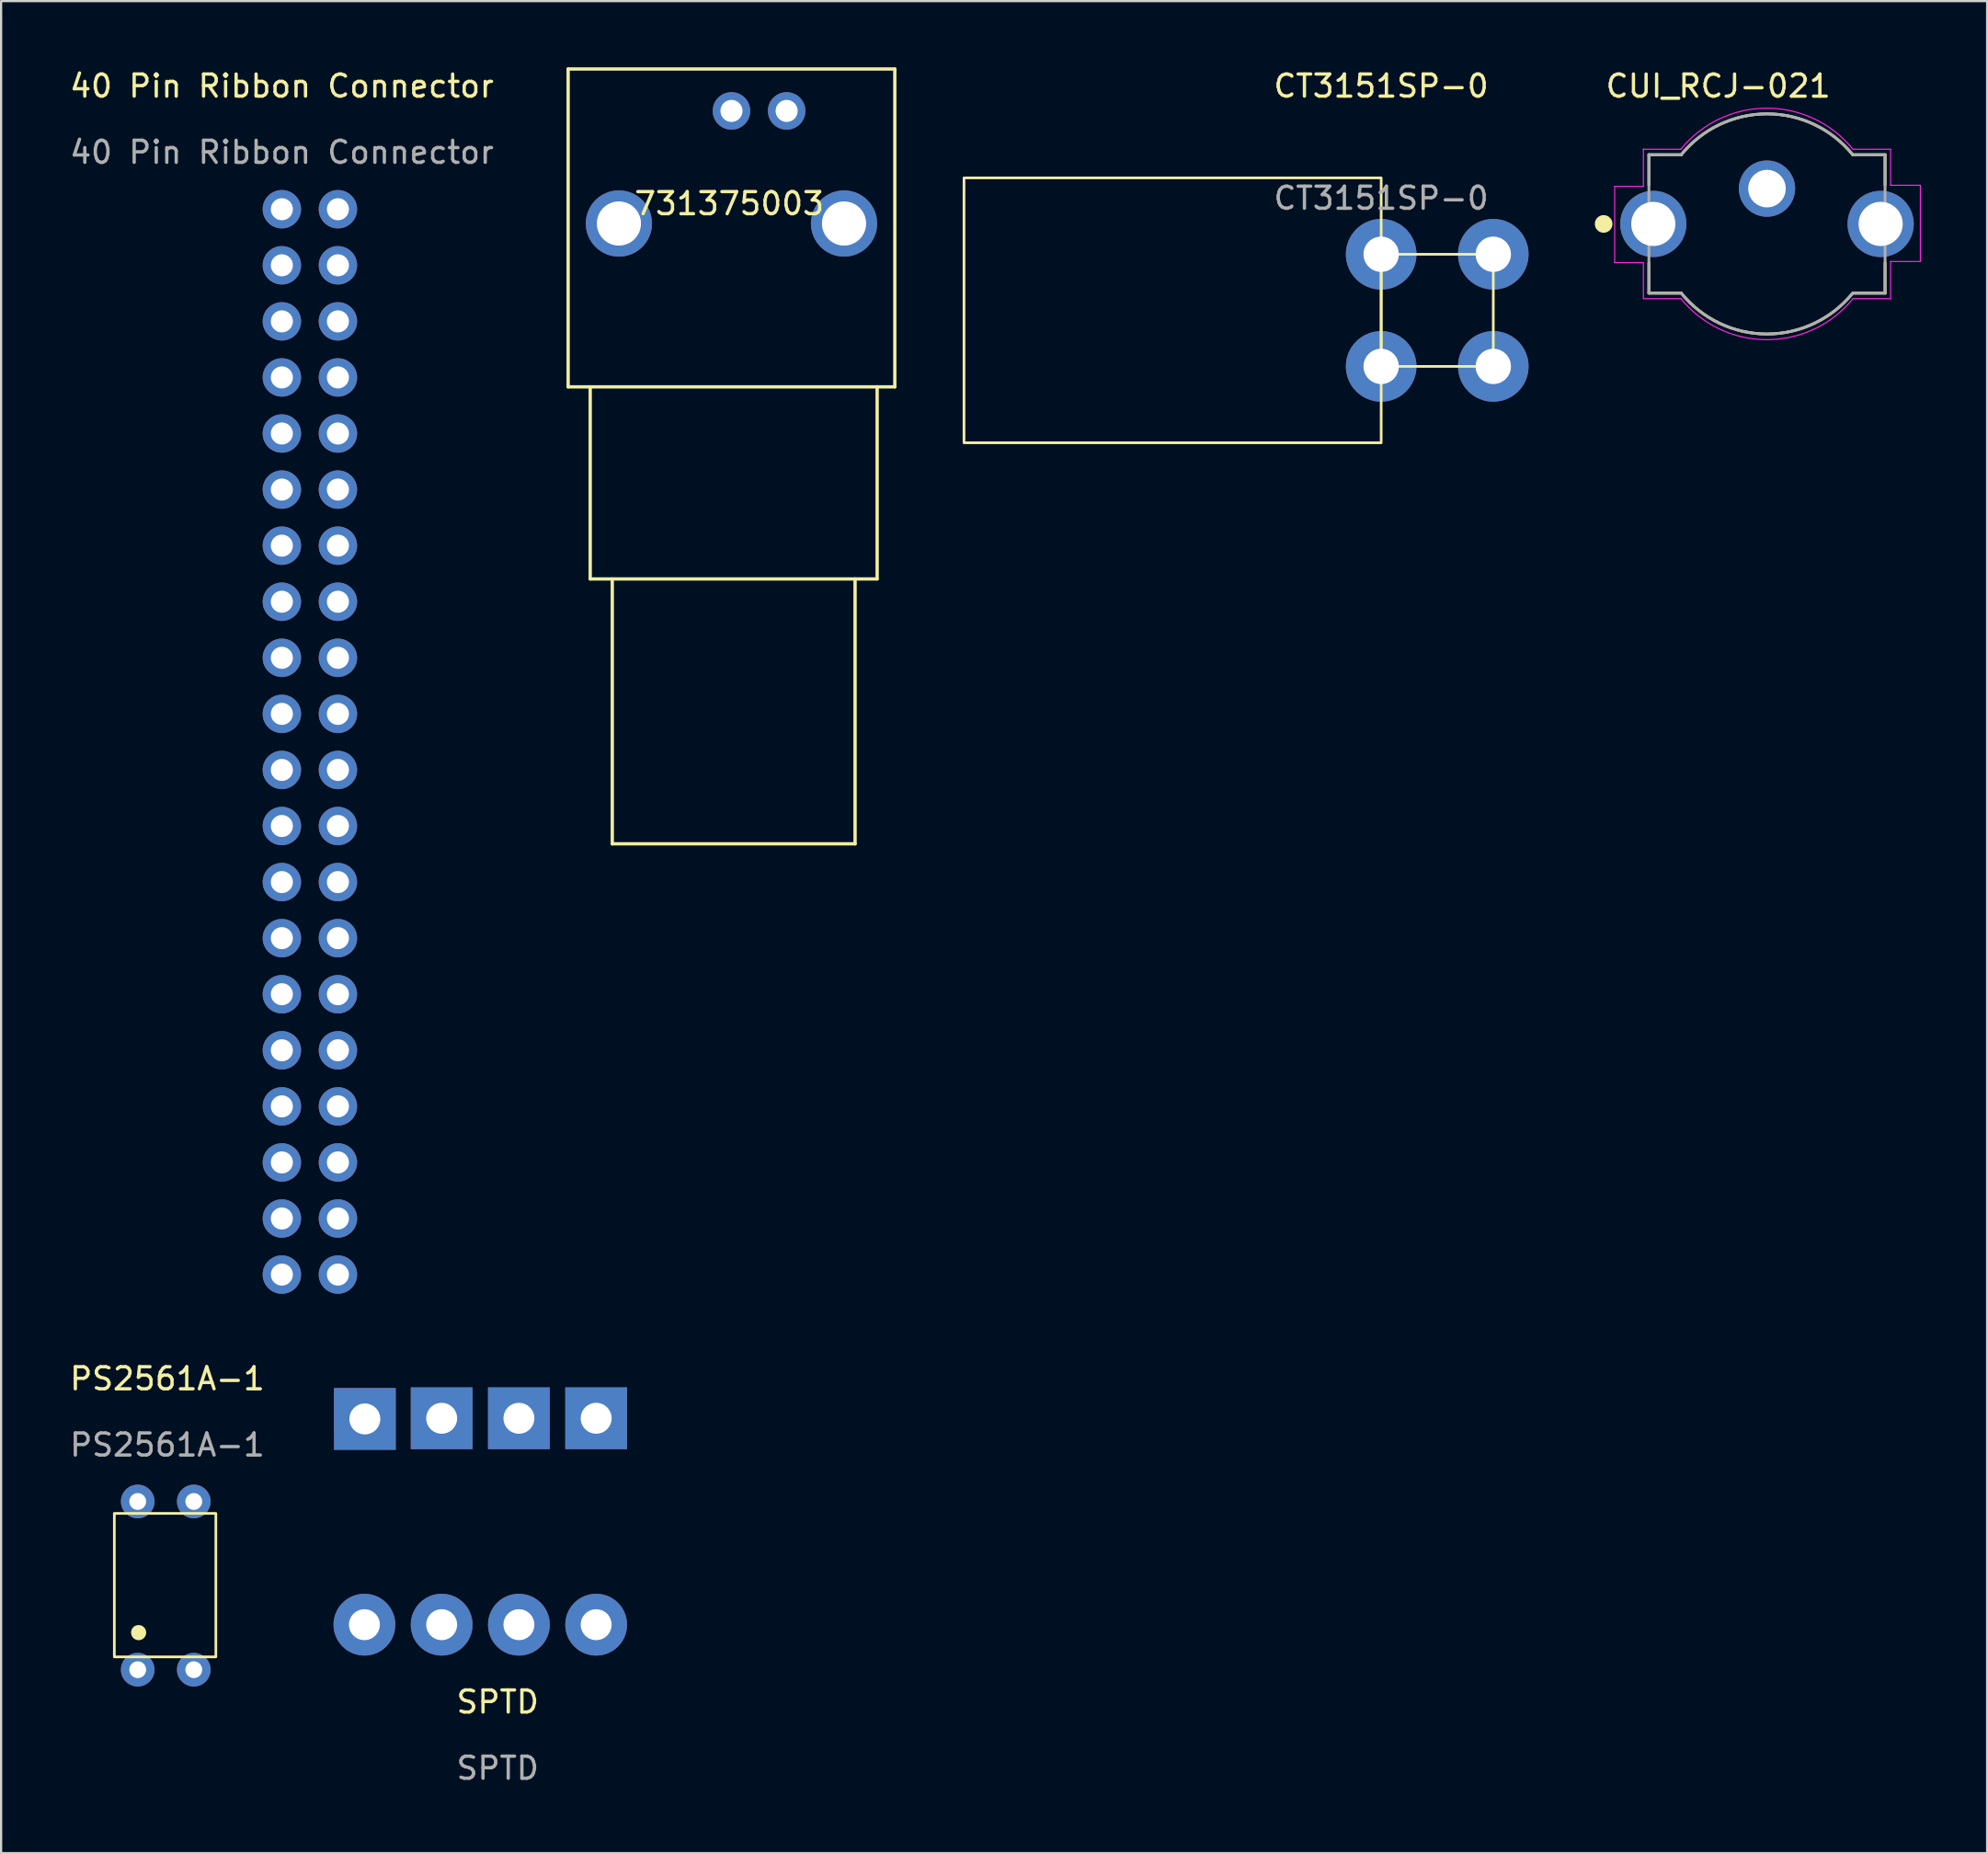
<source format=kicad_pcb>
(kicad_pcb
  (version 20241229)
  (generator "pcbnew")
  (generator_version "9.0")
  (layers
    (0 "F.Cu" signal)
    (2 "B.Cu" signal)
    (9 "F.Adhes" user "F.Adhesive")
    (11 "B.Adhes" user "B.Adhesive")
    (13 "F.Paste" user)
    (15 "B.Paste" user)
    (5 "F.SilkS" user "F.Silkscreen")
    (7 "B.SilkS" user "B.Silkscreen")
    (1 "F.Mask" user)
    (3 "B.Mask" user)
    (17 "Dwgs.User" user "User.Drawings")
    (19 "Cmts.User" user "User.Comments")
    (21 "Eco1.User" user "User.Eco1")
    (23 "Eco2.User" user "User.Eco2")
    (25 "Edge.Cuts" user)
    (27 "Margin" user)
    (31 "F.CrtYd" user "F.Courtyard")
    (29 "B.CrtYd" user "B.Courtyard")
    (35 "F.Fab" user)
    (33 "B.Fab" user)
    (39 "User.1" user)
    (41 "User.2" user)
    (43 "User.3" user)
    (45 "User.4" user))
  (footprint "SPTD"
    (layer "F.Cu")
    (at 22.04 58.808)
    (property "Reference" "SPTD" (at -2.54 15.24 0) (unlocked yes) (layer "F.SilkS") (effects (font (size 1 1) (thickness 0.15))))
    (attr through_hole)
    (fp_text user "${REFERENCE}" (at -2.54 18.24 0) (unlocked yes) (layer "F.Fab") (effects (font (size 1 1) (thickness 0.15))))
    (pad "1" thru_hole circle (at 1.92 11.74 180) (size 2.8 2.8) (drill 1.4) (layers "*.Cu" "*.Mask"))
    (pad "2" thru_hole circle (at -1.58 11.74 180) (size 2.8 2.8) (drill 1.4) (layers "*.Cu" "*.Mask"))
    (pad "3" thru_hole circle (at -5.08 11.74 180) (size 2.8 2.8) (drill 1.4) (layers "*.Cu" "*.Mask"))
    (pad "4" thru_hole circle (at -8.58 11.74 180) (size 2.8 2.8) (drill 1.4) (layers "*.Cu" "*.Mask"))
    (pad "5" thru_hole rect (at 1.92 2.39 180) (size 2.8 2.8) (drill 1.4) (layers "*.Cu" "*.Mask"))
    (pad "6" thru_hole rect (at -1.58 2.39 180) (size 2.8 2.8) (drill 1.4) (layers "*.Cu" "*.Mask"))
    (pad "7" thru_hole rect (at -5.08 2.39 180) (size 2.8 2.8) (drill 1.4) (layers "*.Cu" "*.Mask"))
    (pad "8" thru_hole rect (at -8.56 2.42 180) (size 2.8 2.8) (drill 1.4) (layers "*.Cu" "*.Mask")))
  (footprint "40 Pin Ribbon Connector"
    (layer "F.Cu")
    (at 9.72 1.348)
    (property "Reference" "40 Pin Ribbon Connector" (at 0 -0.5 0) (unlocked yes) (layer "F.SilkS") (effects (font (size 1 1) (thickness 0.15))))
    (attr through_hole)
    (fp_text user "${REFERENCE}" (at 0 2.5 0) (unlocked yes) (layer "F.Fab") (effects (font (size 1 1) (thickness 0.15))))
    (pad "1" thru_hole circle (at 0 5.08) (size 1.74 1.74) (drill 1) (layers "*.Cu" "*.Mask"))
    (pad "2" thru_hole circle (at 0 7.62) (size 1.74 1.74) (drill 1) (layers "*.Cu" "*.Mask"))
    (pad "3" thru_hole circle (at 0 10.16) (size 1.74 1.74) (drill 1) (layers "*.Cu" "*.Mask"))
    (pad "4" thru_hole circle (at 0 12.7) (size 1.74 1.74) (drill 1) (layers "*.Cu" "*.Mask"))
    (pad "5" thru_hole circle (at 0 15.24) (size 1.74 1.74) (drill 1) (layers "*.Cu" "*.Mask"))
    (pad "6" thru_hole circle (at 0 17.78) (size 1.74 1.74) (drill 1) (layers "*.Cu" "*.Mask"))
    (pad "7" thru_hole circle (at 0 20.32) (size 1.74 1.74) (drill 1) (layers "*.Cu" "*.Mask"))
    (pad "8" thru_hole circle (at 0 22.86) (size 1.74 1.74) (drill 1) (layers "*.Cu" "*.Mask"))
    (pad "9" thru_hole circle (at 0 25.4) (size 1.74 1.74) (drill 1) (layers "*.Cu" "*.Mask"))
    (pad "10" thru_hole circle (at 0 27.94) (size 1.74 1.74) (drill 1) (layers "*.Cu" "*.Mask"))
    (pad "11" thru_hole circle (at 0 30.48) (size 1.74 1.74) (drill 1) (layers "*.Cu" "*.Mask"))
    (pad "12" thru_hole circle (at 0 33.02) (size 1.74 1.74) (drill 1) (layers "*.Cu" "*.Mask"))
    (pad "13" thru_hole circle (at 0 35.56) (size 1.74 1.74) (drill 1) (layers "*.Cu" "*.Mask"))
    (pad "14" thru_hole circle (at 0 38.1) (size 1.74 1.74) (drill 1) (layers "*.Cu" "*.Mask"))
    (pad "15" thru_hole circle (at 0 40.64) (size 1.74 1.74) (drill 1) (layers "*.Cu" "*.Mask"))
    (pad "16" thru_hole circle (at 0 43.18) (size 1.74 1.74) (drill 1) (layers "*.Cu" "*.Mask"))
    (pad "17" thru_hole circle (at 0 45.72) (size 1.74 1.74) (drill 1) (layers "*.Cu" "*.Mask"))
    (pad "18" thru_hole circle (at 0 48.26) (size 1.74 1.74) (drill 1) (layers "*.Cu" "*.Mask"))
    (pad "19" thru_hole circle (at 0 50.8) (size 1.74 1.74) (drill 1) (layers "*.Cu" "*.Mask"))
    (pad "20" thru_hole circle (at 0 53.34) (size 1.74 1.74) (drill 1) (layers "*.Cu" "*.Mask"))
    (pad "21" thru_hole circle (at 2.54 5.08) (size 1.74 1.74) (drill 1) (layers "*.Cu" "*.Mask"))
    (pad "22" thru_hole circle (at 2.54 7.62) (size 1.74 1.74) (drill 1) (layers "*.Cu" "*.Mask"))
    (pad "23" thru_hole circle (at 2.54 10.16) (size 1.74 1.74) (drill 1) (layers "*.Cu" "*.Mask"))
    (pad "24" thru_hole circle (at 2.54 12.7) (size 1.74 1.74) (drill 1) (layers "*.Cu" "*.Mask"))
    (pad "25" thru_hole circle (at 2.54 15.24) (size 1.74 1.74) (drill 1) (layers "*.Cu" "*.Mask"))
    (pad "26" thru_hole circle (at 2.54 17.78) (size 1.74 1.74) (drill 1) (layers "*.Cu" "*.Mask"))
    (pad "27" thru_hole circle (at 2.54 20.32) (size 1.74 1.74) (drill 1) (layers "*.Cu" "*.Mask"))
    (pad "28" thru_hole circle (at 2.54 22.86) (size 1.74 1.74) (drill 1) (layers "*.Cu" "*.Mask"))
    (pad "29" thru_hole circle (at 2.54 25.4) (size 1.74 1.74) (drill 1) (layers "*.Cu" "*.Mask"))
    (pad "30" thru_hole circle (at 2.54 27.94) (size 1.74 1.74) (drill 1) (layers "*.Cu" "*.Mask"))
    (pad "31" thru_hole circle (at 2.54 30.48) (size 1.74 1.74) (drill 1) (layers "*.Cu" "*.Mask"))
    (pad "32" thru_hole circle (at 2.54 33.02) (size 1.74 1.74) (drill 1) (layers "*.Cu" "*.Mask"))
    (pad "33" thru_hole circle (at 2.54 35.56) (size 1.74 1.74) (drill 1) (layers "*.Cu" "*.Mask"))
    (pad "34" thru_hole circle (at 2.54 38.1) (size 1.74 1.74) (drill 1) (layers "*.Cu" "*.Mask"))
    (pad "35" thru_hole circle (at 2.54 40.64) (size 1.74 1.74) (drill 1) (layers "*.Cu" "*.Mask"))
    (pad "36" thru_hole circle (at 2.54 43.18) (size 1.74 1.74) (drill 1) (layers "*.Cu" "*.Mask"))
    (pad "37" thru_hole circle (at 2.54 45.72) (size 1.74 1.74) (drill 1) (layers "*.Cu" "*.Mask"))
    (pad "38" thru_hole circle (at 2.54 48.26) (size 1.74 1.74) (drill 1) (layers "*.Cu" "*.Mask"))
    (pad "39" thru_hole circle (at 2.54 50.8) (size 1.74 1.74) (drill 1) (layers "*.Cu" "*.Mask"))
    (pad "40" thru_hole circle (at 2.54 53.34) (size 1.74 1.74) (drill 1) (layers "*.Cu" "*.Mask")))
  (footprint "CT3151SP-0"
    (layer "F.Cu")
    (at 59.525 11.008)
    (property "Reference" "CT3151SP-0" (at 0 -10.16 0) (unlocked yes) (layer "F.SilkS") (effects (font (size 1 1) (thickness 0.15))))
    (attr through_hole)
    (fp_rect (start 0 -6) (end -18.9 6) (stroke (width 0.12) (type solid)) (fill no) (layer "F.SilkS"))
    (fp_rect (start 5.08 2.54) (end 0 -2.54) (stroke (width 0.12) (type solid)) (fill no) (layer "F.SilkS"))
    (fp_text user "${REFERENCE}" (at 0 -5.08 0) (unlocked yes) (layer "F.Fab") (effects (font (size 1 1) (thickness 0.15))))
    (pad "1" thru_hole circle (at 0 -2.54) (size 3.2 3.2) (drill 1.6) (layers "*.Cu" "*.Mask"))
    (pad "1" thru_hole circle (at 0 2.54) (size 3.2 3.2) (drill 1.6) (layers "*.Cu" "*.Mask"))
    (pad "1" thru_hole circle (at 5.08 -2.54) (size 3.2 3.2) (drill 1.6) (layers "*.Cu" "*.Mask"))
    (pad "1" thru_hole circle (at 5.08 2.54) (size 3.2 3.2) (drill 1.6) (layers "*.Cu" "*.Mask")))
  (footprint "CUI_RCJ-021"
    (layer "F.Cu")
    (at 77.005 7.094)
    (property "Reference" "CUI_RCJ-021" (at -2.209 -6.245 0) (layer "F.SilkS") (effects (font (size 1.002 1.002) (thickness 0.15))))
    (attr through_hole)
    (fp_line (start -5.35 -3.135) (end -5.35 -1.765) (stroke (width 0.127) (type solid)) (layer "F.SilkS"))
    (fp_line (start -5.35 1.765) (end -5.35 3.135) (stroke (width 0.127) (type solid)) (layer "F.SilkS"))
    (fp_line (start -3.884 -3.135) (end -5.35 -3.135) (stroke (width 0.127) (type solid)) (layer "F.SilkS"))
    (fp_line (start -3.884 3.135) (end -5.35 3.135) (stroke (width 0.127) (type solid)) (layer "F.SilkS"))
    (fp_line (start 5.35 -3.135) (end 3.884 -3.135) (stroke (width 0.127) (type solid)) (layer "F.SilkS"))
    (fp_line (start 5.35 -3.135) (end 5.35 -1.765) (stroke (width 0.127) (type solid)) (layer "F.SilkS"))
    (fp_line (start 5.35 1.765) (end 5.35 3.135) (stroke (width 0.127) (type solid)) (layer "F.SilkS"))
    (fp_line (start 5.35 3.135) (end 3.904 3.135) (stroke (width 0.127) (type solid)) (layer "F.SilkS"))
    (fp_arc (start -3.884 -3.135) (mid 0 -4.986221) (end 3.884 -3.135) (stroke (width 0.127) (type solid)) (layer "F.SilkS"))
    (fp_arc (start 3.884 3.135) (mid 0 4.986221) (end -3.884 3.135) (stroke (width 0.127) (type solid)) (layer "F.SilkS"))
    (fp_circle (center -7.4 0) (end -7.2 0) (stroke (width 0.4) (type solid)) (fill no) (layer "F.SilkS"))
    (fp_line (start -6.9 -1.7) (end -6.9 1.75) (stroke (width 0.05) (type solid)) (layer "F.CrtYd"))
    (fp_line (start -6.9 1.75) (end -5.6 1.75) (stroke (width 0.05) (type solid)) (layer "F.CrtYd"))
    (fp_line (start -5.6 -3.385) (end -5.605 -3.385) (stroke (width 0.05) (type solid)) (layer "F.CrtYd"))
    (fp_line (start -5.6 -3.385) (end -5.6 -1.7) (stroke (width 0.05) (type solid)) (layer "F.CrtYd"))
    (fp_line (start -5.6 -1.7) (end -6.9 -1.7) (stroke (width 0.05) (type solid)) (layer "F.CrtYd"))
    (fp_line (start -5.6 1.75) (end -5.6 3.385) (stroke (width 0.05) (type solid)) (layer "F.CrtYd"))
    (fp_line (start -3.903 -3.385) (end -5.6 -3.385) (stroke (width 0.05) (type solid)) (layer "F.CrtYd"))
    (fp_line (start -3.901 3.385) (end -5.6 3.385) (stroke (width 0.05) (type solid)) (layer "F.CrtYd"))
    (fp_line (start 5.6 -3.385) (end 3.895 -3.385) (stroke (width 0.05) (type solid)) (layer "F.CrtYd"))
    (fp_line (start 5.6 -1.75) (end 5.6 -3.385) (stroke (width 0.05) (type solid)) (layer "F.CrtYd"))
    (fp_line (start 5.6 -1.75) (end 6.95 -1.75) (stroke (width 0.05) (type solid)) (layer "F.CrtYd"))
    (fp_line (start 5.6 3.385) (end 3.904 3.385) (stroke (width 0.05) (type solid)) (layer "F.CrtYd"))
    (fp_line (start 5.6 3.385) (end 5.6 1.7) (stroke (width 0.05) (type solid)) (layer "F.CrtYd"))
    (fp_line (start 6.95 -1.75) (end 6.95 1.7) (stroke (width 0.05) (type solid)) (layer "F.CrtYd"))
    (fp_line (start 6.95 1.7) (end 5.6 1.7) (stroke (width 0.05) (type solid)) (layer "F.CrtYd"))
    (fp_arc (start -3.903 -3.384999) (mid -0.004 -5.24337) (end 3.895 -3.385) (stroke (width 0.05) (type solid)) (layer "F.CrtYd"))
    (fp_arc (start 3.897 3.384999) (mid -0.002 5.24337) (end -3.901 3.385) (stroke (width 0.05) (type solid)) (layer "F.CrtYd"))
    (fp_line (start -5.35 -3.135) (end -5.35 3.135) (stroke (width 0.127) (type solid)) (layer "F.Fab"))
    (fp_line (start -3.884 -3.135) (end -5.35 -3.135) (stroke (width 0.127) (type solid)) (layer "F.Fab"))
    (fp_line (start -3.884 3.135) (end -5.35 3.135) (stroke (width 0.127) (type solid)) (layer "F.Fab"))
    (fp_line (start 5.35 -3.135) (end 3.884 -3.135) (stroke (width 0.127) (type solid)) (layer "F.Fab"))
    (fp_line (start 5.35 3.135) (end 3.904 3.135) (stroke (width 0.127) (type solid)) (layer "F.Fab"))
    (fp_line (start 5.35 3.135) (end 5.35 -3.135) (stroke (width 0.127) (type solid)) (layer "F.Fab"))
    (fp_arc (start -3.884 -3.135) (mid 0 -4.986221) (end 3.884 -3.135) (stroke (width 0.127) (type solid)) (layer "F.Fab"))
    (fp_arc (start 3.884 3.135) (mid 0 4.986221) (end -3.884 3.135) (stroke (width 0.127) (type solid)) (layer "F.Fab"))
    (pad "1A" thru_hole circle (at -5.15 0) (size 3 3) (drill 2) (layers "*.Cu" "*.Mask"))
    (pad "1B" thru_hole circle (at 5.15 0) (size 3 3) (drill 2) (layers "*.Cu" "*.Mask"))
    (pad "2" thru_hole circle (at 0 -1.6) (size 2.55 2.55) (drill 1.7) (layers "*.Cu" "*.Mask")))
  (footprint "PS2561A-1"
    (layer "F.Cu")
    (at 4.53 59.907)
    (property "Reference" "PS2561A-1" (at 0 -0.5 0) (unlocked yes) (layer "F.SilkS") (effects (font (size 1 1) (thickness 0.15))))
    (attr through_hole)
    (fp_rect (start -2.4 12.1) (end 2.2 5.6) (stroke (width 0.12) (type solid)) (fill no) (layer "F.SilkS"))
    (fp_circle (center -1.3 11) (end -1.017 11) (stroke (width 0.12) (type solid)) (fill yes) (layer "F.SilkS"))
    (fp_text user "${REFERENCE}" (at 0 2.5 0) (unlocked yes) (layer "F.Fab") (effects (font (size 1 1) (thickness 0.15))))
    (pad "1" thru_hole circle (at -1.34 12.68) (size 1.524 1.524) (drill 0.762) (layers "*.Cu" "*.Mask"))
    (pad "2" thru_hole circle (at 1.2 12.68) (size 1.524 1.524) (drill 0.762) (layers "*.Cu" "*.Mask"))
    (pad "3" thru_hole circle (at 1.2 5.06) (size 1.524 1.524) (drill 0.762) (layers "*.Cu" "*.Mask"))
    (pad "4" thru_hole circle (at -1.34 5.06) (size 1.524 1.524) (drill 0.762) (layers "*.Cu" "*.Mask")))
  (footprint "731375003"
    (layer "F.Cu")
    (at 22.69 7.075)
    (property "Reference" "731375003" (at 7.3 -0.9 0) (layer "F.SilkS") (effects (font (size 1 1) (thickness 0.15))))
    (attr through_hole)
    (fp_line (start 0 -7) (end 0 7.4) (stroke (width 0.15) (type solid)) (layer "F.SilkS"))
    (fp_line (start 0 7.4) (end 14.8 7.4) (stroke (width 0.15) (type solid)) (layer "F.SilkS"))
    (fp_line (start 1 7.4) (end 1 16.1) (stroke (width 0.15) (type solid)) (layer "F.SilkS"))
    (fp_line (start 1 16.1) (end 14 16.1) (stroke (width 0.15) (type solid)) (layer "F.SilkS"))
    (fp_line (start 2 16.1) (end 2 28.1) (stroke (width 0.15) (type solid)) (layer "F.SilkS"))
    (fp_line (start 2 28.1) (end 13 28.1) (stroke (width 0.15) (type solid)) (layer "F.SilkS"))
    (fp_line (start 13 28.1) (end 13 16.1) (stroke (width 0.15) (type solid)) (layer "F.SilkS"))
    (fp_line (start 14 7.4) (end 14 16.1) (stroke (width 0.15) (type solid)) (layer "F.SilkS"))
    (fp_line (start 14.8 -7) (end 0 -7) (stroke (width 0.15) (type solid)) (layer "F.SilkS"))
    (fp_line (start 14.8 7.4) (end 14.8 -7) (stroke (width 0.15) (type solid)) (layer "F.SilkS"))
    (pad "1" thru_hole circle (at 7.4 -5.1) (size 1.7 1.7) (drill 1) (layers "*.Cu" "*.Mask"))
    (pad "2" thru_hole circle (at 9.9 -5.1) (size 1.7 1.7) (drill 1) (layers "*.Cu" "*.Mask"))
    (pad "NC" thru_hole circle (at 2.3 0) (size 3 3) (drill 2) (layers "*.Cu" "*.Mask"))
    (pad "NC" thru_hole circle (at 12.5 0) (size 3 3) (drill 2) (layers "*.Cu" "*.Mask")))
  (gr_rect
    (start -3 -3)
    (end 86.98 80.897)
    (stroke (width 0.1) (type default))
    (fill no)
    (layer "Edge.Cuts")))
</source>
